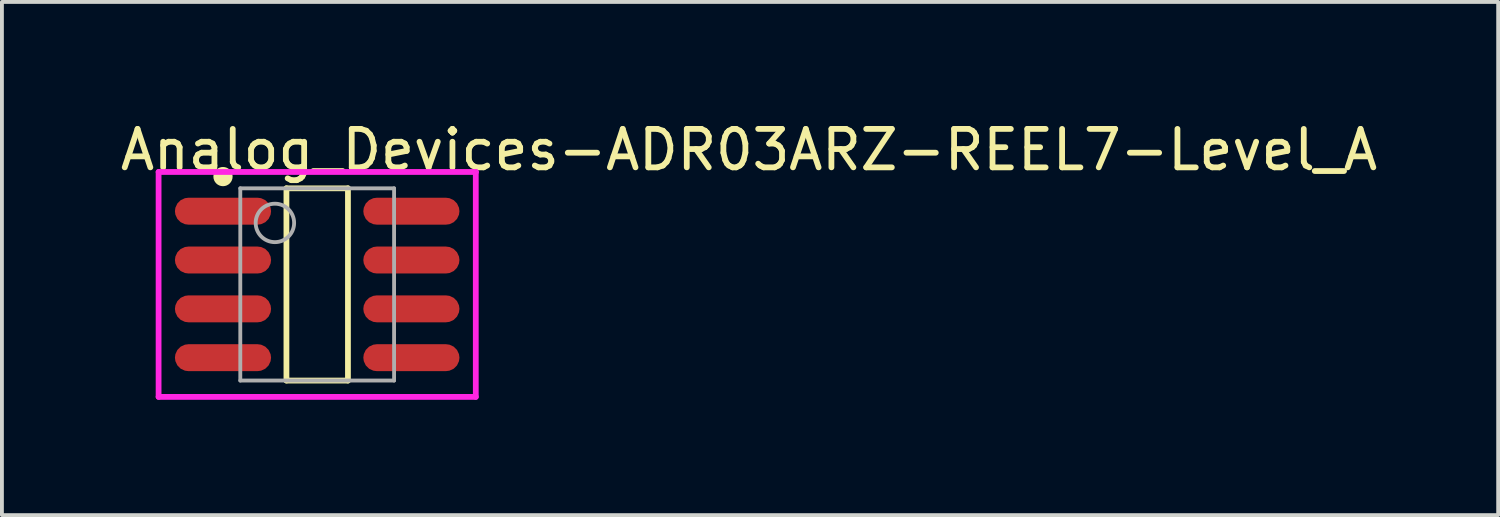
<source format=kicad_pcb>
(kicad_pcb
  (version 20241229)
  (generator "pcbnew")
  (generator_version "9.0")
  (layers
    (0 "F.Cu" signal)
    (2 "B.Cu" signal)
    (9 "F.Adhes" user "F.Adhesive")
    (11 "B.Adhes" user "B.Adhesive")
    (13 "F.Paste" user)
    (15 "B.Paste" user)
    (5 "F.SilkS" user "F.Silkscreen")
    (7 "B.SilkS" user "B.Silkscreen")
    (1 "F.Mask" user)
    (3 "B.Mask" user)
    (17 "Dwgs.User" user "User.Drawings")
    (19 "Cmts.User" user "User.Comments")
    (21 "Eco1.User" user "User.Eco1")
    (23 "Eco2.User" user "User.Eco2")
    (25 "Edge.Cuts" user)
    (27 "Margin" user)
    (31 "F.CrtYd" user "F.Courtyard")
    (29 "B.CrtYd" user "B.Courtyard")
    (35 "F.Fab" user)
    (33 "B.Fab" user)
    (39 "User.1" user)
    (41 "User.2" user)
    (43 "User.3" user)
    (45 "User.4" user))
  (footprint "Analog_Devices-ADR03ARZ-REEL7-Level_A"
    (layer "F.Cu")
    (at 5.2 4.348)
    (property "Reference" "Analog_Devices-ADR03ARZ-REEL7-Level_A" (at -5.2 -3.5 0) (layer "F.SilkS") (effects (font (size 1 1) (thickness 0.15)) (justify left)))
    (attr through_hole)
    (fp_line (start -0.8 -2.5) (end 0.8 -2.5) (stroke (width 0.15) (type solid)) (layer "F.SilkS"))
    (fp_line (start -0.8 2.5) (end -0.8 -2.5) (stroke (width 0.15) (type solid)) (layer "F.SilkS"))
    (fp_line (start -0.8 2.5) (end 0.8 2.5) (stroke (width 0.15) (type solid)) (layer "F.SilkS"))
    (fp_line (start 0.8 2.5) (end 0.8 -2.5) (stroke (width 0.15) (type solid)) (layer "F.SilkS"))
    (fp_circle (center -2.45 -2.805) (end -2.325 -2.805) (stroke (width 0.25) (type solid)) (fill no) (layer "F.SilkS"))
    (fp_line (start -4.125 -2.925) (end -4.125 2.925) (stroke (width 0.15) (type solid)) (layer "F.CrtYd"))
    (fp_line (start -4.125 2.925) (end 4.125 2.925) (stroke (width 0.15) (type solid)) (layer "F.CrtYd"))
    (fp_line (start 4.125 -2.925) (end -4.125 -2.925) (stroke (width 0.15) (type solid)) (layer "F.CrtYd"))
    (fp_line (start 4.125 -2.925) (end 4.125 -2.925) (stroke (width 0.15) (type solid)) (layer "F.CrtYd"))
    (fp_line (start 4.125 2.925) (end 4.125 -2.925) (stroke (width 0.15) (type solid)) (layer "F.CrtYd"))
    (fp_line (start -2 -2.5) (end 2 -2.5) (stroke (width 0.1) (type solid)) (layer "F.Fab"))
    (fp_line (start -2 2.5) (end -2 -2.5) (stroke (width 0.1) (type solid)) (layer "F.Fab"))
    (fp_line (start -2 2.5) (end 2 2.5) (stroke (width 0.1) (type solid)) (layer "F.Fab"))
    (fp_line (start 2 2.5) (end 2 -2.5) (stroke (width 0.1) (type solid)) (layer "F.Fab"))
    (fp_circle (center -1.1 -1.6) (end -0.6 -1.6) (stroke (width 0.1) (type solid)) (fill no) (layer "F.Fab"))
    (pad "1" smd roundrect (at -2.45 -1.905 270) (size 0.7 2.5) (layers "F.Cu" "F.Mask" "F.Paste") (roundrect_rratio 0.5))
    (pad "2" smd roundrect (at -2.45 -0.635 270) (size 0.7 2.5) (layers "F.Cu" "F.Mask" "F.Paste") (roundrect_rratio 0.5))
    (pad "3" smd roundrect (at -2.45 0.635 270) (size 0.7 2.5) (layers "F.Cu" "F.Mask" "F.Paste") (roundrect_rratio 0.5))
    (pad "4" smd roundrect (at -2.45 1.905 270) (size 0.7 2.5) (layers "F.Cu" "F.Mask" "F.Paste") (roundrect_rratio 0.5))
    (pad "5" smd roundrect (at 2.45 1.905 270) (size 0.7 2.5) (layers "F.Cu" "F.Mask" "F.Paste") (roundrect_rratio 0.5))
    (pad "6" smd roundrect (at 2.45 0.635 270) (size 0.7 2.5) (layers "F.Cu" "F.Mask" "F.Paste") (roundrect_rratio 0.5))
    (pad "7" smd roundrect (at 2.45 -0.635 270) (size 0.7 2.5) (layers "F.Cu" "F.Mask" "F.Paste") (roundrect_rratio 0.5))
    (pad "8" smd roundrect (at 2.45 -1.905 270) (size 0.7 2.5) (layers "F.Cu" "F.Mask" "F.Paste") (roundrect_rratio 0.5)))
  (gr_rect
    (start -3 -3)
    (end 35.917 10.348)
    (stroke (width 0.1) (type default))
    (fill no)
    (layer "Edge.Cuts")))
</source>
